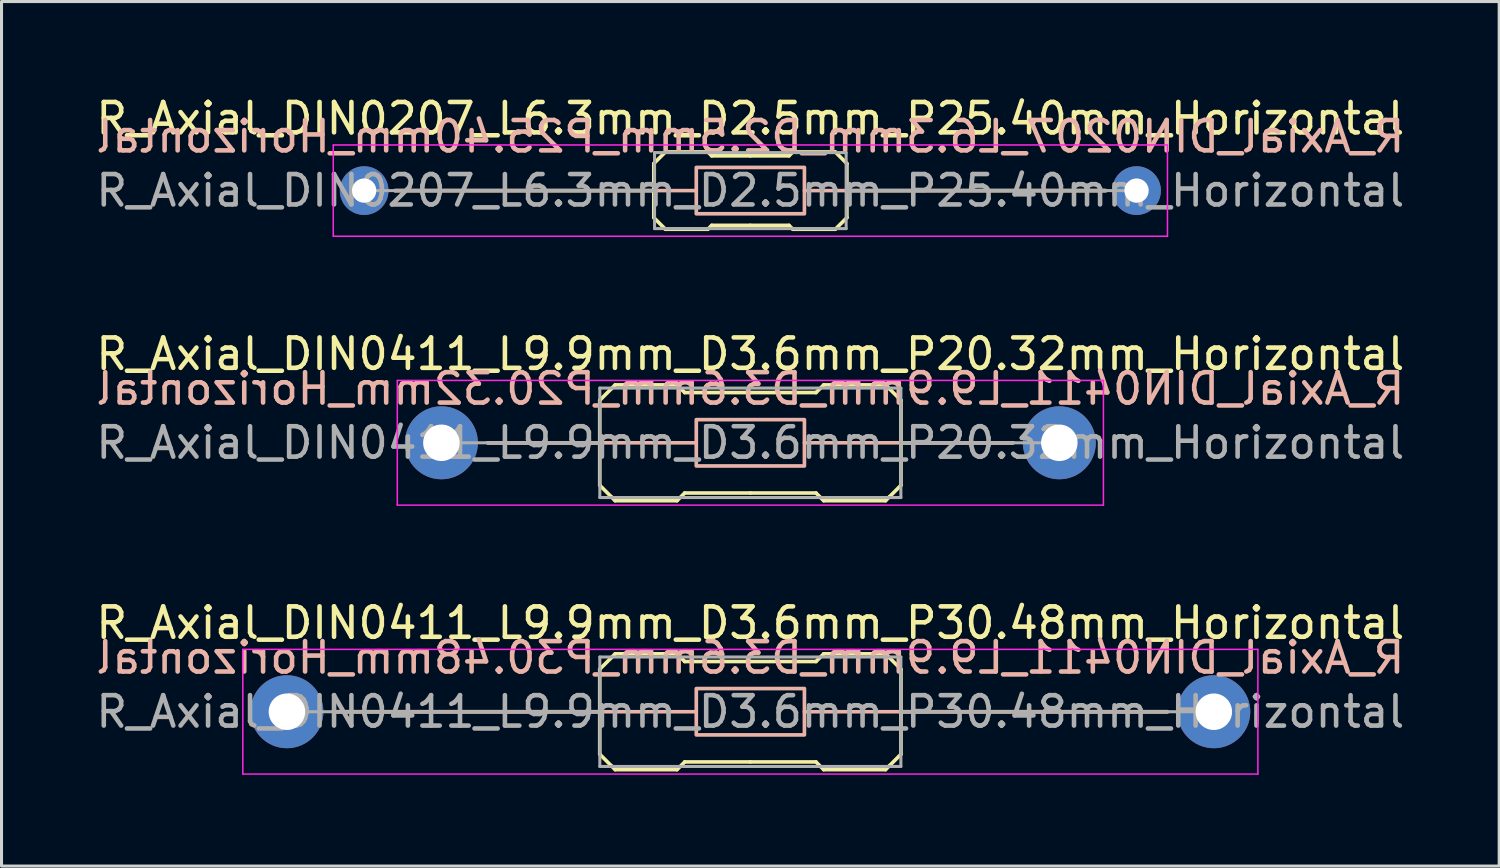
<source format=kicad_pcb>
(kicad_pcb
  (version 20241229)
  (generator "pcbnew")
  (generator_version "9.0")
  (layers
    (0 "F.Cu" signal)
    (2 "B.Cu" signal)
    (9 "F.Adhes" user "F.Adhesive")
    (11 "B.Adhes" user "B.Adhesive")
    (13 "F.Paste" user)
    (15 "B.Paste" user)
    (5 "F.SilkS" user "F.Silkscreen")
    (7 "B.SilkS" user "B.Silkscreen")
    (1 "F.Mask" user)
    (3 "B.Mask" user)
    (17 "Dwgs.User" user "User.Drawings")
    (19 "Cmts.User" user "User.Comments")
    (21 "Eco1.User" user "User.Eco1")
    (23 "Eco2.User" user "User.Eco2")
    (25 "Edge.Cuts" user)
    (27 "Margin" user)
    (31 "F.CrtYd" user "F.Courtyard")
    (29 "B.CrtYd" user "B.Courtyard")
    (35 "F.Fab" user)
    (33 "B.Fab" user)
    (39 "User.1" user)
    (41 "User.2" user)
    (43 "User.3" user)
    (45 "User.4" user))
  (footprint "R_Axial_DIN0411_L9.9mm_D3.6mm_P20.32mm_Horizontal"
    (layer "F.Cu")
    (at 11.465 11.511)
    (property "Reference" "R_Axial_DIN0411_L9.9mm_D3.6mm_P20.32mm_Horizontal" (at 10.16 -2.92 0) (layer "F.SilkS") (effects (font (size 1 1) (thickness 0.15))))
    (fp_line (start 5.207 -1.397) (end 5.588 -1.778) (stroke (width 0.12) (type solid)) (layer "F.SilkS"))
    (fp_line (start 5.207 0) (end 1.524 0) (stroke (width 0.12) (type solid)) (layer "F.SilkS"))
    (fp_line (start 5.207 1.397) (end 5.207 -1.397) (stroke (width 0.12) (type solid)) (layer "F.SilkS"))
    (fp_line (start 5.207 1.397) (end 5.588 1.778) (stroke (width 0.12) (type solid)) (layer "F.SilkS"))
    (fp_line (start 5.588 -1.778) (end 5.715 -1.905) (stroke (width 0.12) (type solid)) (layer "F.SilkS"))
    (fp_line (start 5.588 1.778) (end 5.715 1.905) (stroke (width 0.12) (type solid)) (layer "F.SilkS"))
    (fp_line (start 5.715 -1.905) (end 7.747 -1.905) (stroke (width 0.12) (type solid)) (layer "F.SilkS"))
    (fp_line (start 5.715 1.905) (end 7.747 1.905) (stroke (width 0.12) (type solid)) (layer "F.SilkS"))
    (fp_line (start 7.747 -1.905) (end 8.001 -1.651) (stroke (width 0.12) (type solid)) (layer "F.SilkS"))
    (fp_line (start 7.747 1.905) (end 8.001 1.651) (stroke (width 0.12) (type solid)) (layer "F.SilkS"))
    (fp_line (start 8.001 -1.651) (end 10.16 -1.651) (stroke (width 0.12) (type solid)) (layer "F.SilkS"))
    (fp_line (start 8.001 1.651) (end 10.16 1.651) (stroke (width 0.12) (type solid)) (layer "F.SilkS"))
    (fp_line (start 12.319 -1.651) (end 10.16 -1.651) (stroke (width 0.12) (type solid)) (layer "F.SilkS"))
    (fp_line (start 12.319 1.651) (end 10.16 1.651) (stroke (width 0.12) (type solid)) (layer "F.SilkS"))
    (fp_line (start 12.573 -1.905) (end 12.319 -1.651) (stroke (width 0.12) (type solid)) (layer "F.SilkS"))
    (fp_line (start 12.573 1.905) (end 12.319 1.651) (stroke (width 0.12) (type solid)) (layer "F.SilkS"))
    (fp_line (start 14.605 -1.905) (end 12.573 -1.905) (stroke (width 0.12) (type solid)) (layer "F.SilkS"))
    (fp_line (start 14.605 1.905) (end 12.573 1.905) (stroke (width 0.12) (type solid)) (layer "F.SilkS"))
    (fp_line (start 14.732 -1.778) (end 14.605 -1.905) (stroke (width 0.12) (type solid)) (layer "F.SilkS"))
    (fp_line (start 14.732 1.778) (end 14.605 1.905) (stroke (width 0.12) (type solid)) (layer "F.SilkS"))
    (fp_line (start 15.113 -1.397) (end 14.732 -1.778) (stroke (width 0.12) (type solid)) (layer "F.SilkS"))
    (fp_line (start 15.113 0) (end 18.796 0) (stroke (width 0.12) (type solid)) (layer "F.SilkS"))
    (fp_line (start 15.113 1.397) (end 14.732 1.778) (stroke (width 0.12) (type solid)) (layer "F.SilkS"))
    (fp_line (start 15.113 1.397) (end 15.113 -1.397) (stroke (width 0.12) (type solid)) (layer "F.SilkS"))
    (fp_line (start 8.382 0) (end 1.524 0) (stroke (width 0.12) (type solid)) (layer "B.SilkS"))
    (fp_line (start 11.938 0) (end 18.796 0) (stroke (width 0.12) (type solid)) (layer "B.SilkS"))
    (fp_rect (start 8.382 -0.762) (end 11.938 0.762) (stroke (width 0.12) (type solid)) (fill no) (layer "B.SilkS"))
    (fp_line (start -1.45 -2.05) (end -1.45 2.05) (stroke (width 0.05) (type solid)) (layer "F.CrtYd"))
    (fp_line (start -1.45 2.05) (end 21.77 2.05) (stroke (width 0.05) (type solid)) (layer "F.CrtYd"))
    (fp_line (start 21.77 -2.05) (end -1.45 -2.05) (stroke (width 0.05) (type solid)) (layer "F.CrtYd"))
    (fp_line (start 21.77 2.05) (end 21.77 -2.05) (stroke (width 0.05) (type solid)) (layer "F.CrtYd"))
    (fp_line (start 0 0) (end 5.21 0) (stroke (width 0.1) (type solid)) (layer "F.Fab"))
    (fp_line (start 5.21 -1.8) (end 5.21 1.8) (stroke (width 0.1) (type solid)) (layer "F.Fab"))
    (fp_line (start 5.21 1.8) (end 15.11 1.8) (stroke (width 0.1) (type solid)) (layer "F.Fab"))
    (fp_line (start 15.11 -1.8) (end 5.21 -1.8) (stroke (width 0.1) (type solid)) (layer "F.Fab"))
    (fp_line (start 15.11 1.8) (end 15.11 -1.8) (stroke (width 0.1) (type solid)) (layer "F.Fab"))
    (fp_line (start 20.32 0) (end 15.11 0) (stroke (width 0.1) (type solid)) (layer "F.Fab"))
    (fp_text user "${REFERENCE}" (at 10.16 -1.778 0) (layer "B.SilkS") (effects (font (size 1 1) (thickness 0.15)) (justify mirror)))
    (fp_text user "${REFERENCE}" (at 10.16 0 0) (layer "F.Fab") (effects (font (size 1 1) (thickness 0.15))))
    (pad "1" thru_hole circle (at 0 0) (size 2.4 2.4) (drill 1.2) (layers "*.Cu" "*.Mask"))
    (pad "2" thru_hole oval (at 20.32 0) (size 2.4 2.4) (drill 1.2) (layers "*.Cu" "*.Mask")))
  (footprint "R_Axial_DIN0411_L9.9mm_D3.6mm_P30.48mm_Horizontal"
    (layer "F.Cu")
    (at 6.385 20.355)
    (property "Reference" "R_Axial_DIN0411_L9.9mm_D3.6mm_P30.48mm_Horizontal" (at 15.24 -2.92 0) (layer "F.SilkS") (effects (font (size 1 1) (thickness 0.15))))
    (fp_line (start 10.287 -1.397) (end 10.668 -1.778) (stroke (width 0.12) (type solid)) (layer "F.SilkS"))
    (fp_line (start 10.287 0) (end 1.524 0) (stroke (width 0.12) (type solid)) (layer "F.SilkS"))
    (fp_line (start 10.287 1.397) (end 10.287 -1.397) (stroke (width 0.12) (type solid)) (layer "F.SilkS"))
    (fp_line (start 10.287 1.397) (end 10.668 1.778) (stroke (width 0.12) (type solid)) (layer "F.SilkS"))
    (fp_line (start 10.668 -1.778) (end 10.795 -1.905) (stroke (width 0.12) (type solid)) (layer "F.SilkS"))
    (fp_line (start 10.668 1.778) (end 10.795 1.905) (stroke (width 0.12) (type solid)) (layer "F.SilkS"))
    (fp_line (start 10.795 -1.905) (end 12.827 -1.905) (stroke (width 0.12) (type solid)) (layer "F.SilkS"))
    (fp_line (start 10.795 1.905) (end 12.827 1.905) (stroke (width 0.12) (type solid)) (layer "F.SilkS"))
    (fp_line (start 12.827 -1.905) (end 13.081 -1.651) (stroke (width 0.12) (type solid)) (layer "F.SilkS"))
    (fp_line (start 12.827 1.905) (end 13.081 1.651) (stroke (width 0.12) (type solid)) (layer "F.SilkS"))
    (fp_line (start 13.081 -1.651) (end 15.24 -1.651) (stroke (width 0.12) (type solid)) (layer "F.SilkS"))
    (fp_line (start 13.081 1.651) (end 15.24 1.651) (stroke (width 0.12) (type solid)) (layer "F.SilkS"))
    (fp_line (start 17.399 -1.651) (end 15.24 -1.651) (stroke (width 0.12) (type solid)) (layer "F.SilkS"))
    (fp_line (start 17.399 1.651) (end 15.24 1.651) (stroke (width 0.12) (type solid)) (layer "F.SilkS"))
    (fp_line (start 17.653 -1.905) (end 17.399 -1.651) (stroke (width 0.12) (type solid)) (layer "F.SilkS"))
    (fp_line (start 17.653 1.905) (end 17.399 1.651) (stroke (width 0.12) (type solid)) (layer "F.SilkS"))
    (fp_line (start 19.685 -1.905) (end 17.653 -1.905) (stroke (width 0.12) (type solid)) (layer "F.SilkS"))
    (fp_line (start 19.685 1.905) (end 17.653 1.905) (stroke (width 0.12) (type solid)) (layer "F.SilkS"))
    (fp_line (start 19.812 -1.778) (end 19.685 -1.905) (stroke (width 0.12) (type solid)) (layer "F.SilkS"))
    (fp_line (start 19.812 1.778) (end 19.685 1.905) (stroke (width 0.12) (type solid)) (layer "F.SilkS"))
    (fp_line (start 20.193 -1.397) (end 19.812 -1.778) (stroke (width 0.12) (type solid)) (layer "F.SilkS"))
    (fp_line (start 20.193 0) (end 28.956 0) (stroke (width 0.12) (type solid)) (layer "F.SilkS"))
    (fp_line (start 20.193 1.397) (end 19.812 1.778) (stroke (width 0.12) (type solid)) (layer "F.SilkS"))
    (fp_line (start 20.193 1.397) (end 20.193 -1.397) (stroke (width 0.12) (type solid)) (layer "F.SilkS"))
    (fp_line (start 13.462 0) (end 1.524 0) (stroke (width 0.12) (type solid)) (layer "B.SilkS"))
    (fp_line (start 17.018 0) (end 28.956 0) (stroke (width 0.12) (type solid)) (layer "B.SilkS"))
    (fp_rect (start 13.462 -0.762) (end 17.018 0.762) (stroke (width 0.12) (type solid)) (fill no) (layer "B.SilkS"))
    (fp_line (start -1.45 -2.05) (end -1.45 2.05) (stroke (width 0.05) (type solid)) (layer "F.CrtYd"))
    (fp_line (start -1.45 2.05) (end 31.93 2.05) (stroke (width 0.05) (type solid)) (layer "F.CrtYd"))
    (fp_line (start 31.93 -2.05) (end -1.45 -2.05) (stroke (width 0.05) (type solid)) (layer "F.CrtYd"))
    (fp_line (start 31.93 2.05) (end 31.93 -2.05) (stroke (width 0.05) (type solid)) (layer "F.CrtYd"))
    (fp_line (start 0 0) (end 10.29 0) (stroke (width 0.1) (type solid)) (layer "F.Fab"))
    (fp_line (start 10.29 -1.8) (end 10.29 1.8) (stroke (width 0.1) (type solid)) (layer "F.Fab"))
    (fp_line (start 10.29 1.8) (end 20.19 1.8) (stroke (width 0.1) (type solid)) (layer "F.Fab"))
    (fp_line (start 20.19 -1.8) (end 10.29 -1.8) (stroke (width 0.1) (type solid)) (layer "F.Fab"))
    (fp_line (start 20.19 1.8) (end 20.19 -1.8) (stroke (width 0.1) (type solid)) (layer "F.Fab"))
    (fp_line (start 30.48 0) (end 20.19 0) (stroke (width 0.1) (type solid)) (layer "F.Fab"))
    (fp_text user "${REFERENCE}" (at 15.24 -1.778 0) (layer "B.SilkS") (effects (font (size 1 1) (thickness 0.15)) (justify mirror)))
    (fp_text user "${REFERENCE}" (at 15.24 0 0) (layer "F.Fab") (effects (font (size 1 1) (thickness 0.15))))
    (pad "1" thru_hole circle (at 0 0) (size 2.4 2.4) (drill 1.2) (layers "*.Cu" "*.Mask"))
    (pad "2" thru_hole oval (at 30.48 0) (size 2.4 2.4) (drill 1.2) (layers "*.Cu" "*.Mask")))
  (footprint "R_Axial_DIN0207_L6.3mm_D2.5mm_P25.40mm_Horizontal"
    (layer "F.Cu")
    (at 11.465 3.218)
    (property "Reference" "R_Axial_DIN0207_L6.3mm_D2.5mm_P25.40mm_Horizontal" (at 10.16 -2.37 0) (layer "F.SilkS") (effects (font (size 1 1) (thickness 0.15))))
    (fp_line (start 6.985 -0.889) (end 6.985 0.889) (stroke (width 0.12) (type solid)) (layer "F.SilkS"))
    (fp_line (start 6.985 -0.889) (end 7.366 -1.27) (stroke (width 0.12) (type solid)) (layer "F.SilkS"))
    (fp_line (start 6.985 0) (end -1.524 0) (stroke (width 0.12) (type solid)) (layer "F.SilkS"))
    (fp_line (start 6.985 0.889) (end 7.366 1.27) (stroke (width 0.12) (type solid)) (layer "F.SilkS"))
    (fp_line (start 7.366 -1.27) (end 8.763 -1.27) (stroke (width 0.12) (type solid)) (layer "F.SilkS"))
    (fp_line (start 7.366 1.27) (end 8.763 1.27) (stroke (width 0.12) (type solid)) (layer "F.SilkS"))
    (fp_line (start 8.763 -1.27) (end 8.89 -1.143) (stroke (width 0.12) (type solid)) (layer "F.SilkS"))
    (fp_line (start 8.763 1.27) (end 8.89 1.143) (stroke (width 0.12) (type solid)) (layer "F.SilkS"))
    (fp_line (start 8.89 -1.143) (end 10.16 -1.143) (stroke (width 0.12) (type solid)) (layer "F.SilkS"))
    (fp_line (start 8.89 1.143) (end 10.16 1.143) (stroke (width 0.12) (type solid)) (layer "F.SilkS"))
    (fp_line (start 11.43 -1.143) (end 10.16 -1.143) (stroke (width 0.12) (type solid)) (layer "F.SilkS"))
    (fp_line (start 11.43 1.143) (end 10.16 1.143) (stroke (width 0.12) (type solid)) (layer "F.SilkS"))
    (fp_line (start 11.557 -1.27) (end 11.43 -1.143) (stroke (width 0.12) (type solid)) (layer "F.SilkS"))
    (fp_line (start 11.557 1.27) (end 11.43 1.143) (stroke (width 0.12) (type solid)) (layer "F.SilkS"))
    (fp_line (start 12.954 -1.27) (end 11.557 -1.27) (stroke (width 0.12) (type solid)) (layer "F.SilkS"))
    (fp_line (start 12.954 1.27) (end 11.557 1.27) (stroke (width 0.12) (type solid)) (layer "F.SilkS"))
    (fp_line (start 13.335 -0.889) (end 12.954 -1.27) (stroke (width 0.12) (type solid)) (layer "F.SilkS"))
    (fp_line (start 13.335 -0.889) (end 13.335 0.889) (stroke (width 0.12) (type solid)) (layer "F.SilkS"))
    (fp_line (start 13.335 0) (end 21.844 0) (stroke (width 0.12) (type solid)) (layer "F.SilkS"))
    (fp_line (start 13.335 0.889) (end 12.954 1.27) (stroke (width 0.12) (type solid)) (layer "F.SilkS"))
    (fp_line (start 8.382 0) (end -1.524 0) (stroke (width 0.12) (type solid)) (layer "B.SilkS"))
    (fp_line (start 11.938 0) (end 21.844 0) (stroke (width 0.12) (type solid)) (layer "B.SilkS"))
    (fp_rect (start 8.382 -0.762) (end 11.938 0.762) (stroke (width 0.12) (type solid)) (fill no) (layer "B.SilkS"))
    (fp_line (start -3.556 -1.5) (end -3.556 1.5) (stroke (width 0.05) (type solid)) (layer "F.CrtYd"))
    (fp_line (start -3.556 1.5) (end 23.876 1.5) (stroke (width 0.05) (type solid)) (layer "F.CrtYd"))
    (fp_line (start 23.876 -1.5) (end -3.556 -1.5) (stroke (width 0.05) (type solid)) (layer "F.CrtYd"))
    (fp_line (start 23.876 1.5) (end 23.876 -1.5) (stroke (width 0.05) (type solid)) (layer "F.CrtYd"))
    (fp_line (start -2.54 0) (end 7.01 0) (stroke (width 0.1) (type solid)) (layer "F.Fab"))
    (fp_line (start 7.01 -1.25) (end 7.01 1.25) (stroke (width 0.1) (type solid)) (layer "F.Fab"))
    (fp_line (start 7.01 1.25) (end 13.31 1.25) (stroke (width 0.1) (type solid)) (layer "F.Fab"))
    (fp_line (start 13.31 -1.25) (end 7.01 -1.25) (stroke (width 0.1) (type solid)) (layer "F.Fab"))
    (fp_line (start 13.31 1.25) (end 13.31 -1.25) (stroke (width 0.1) (type solid)) (layer "F.Fab"))
    (fp_line (start 22.86 0) (end 13.31 0) (stroke (width 0.1) (type solid)) (layer "F.Fab"))
    (fp_text user "${REFERENCE}" (at 10.16 -1.778 0) (layer "B.SilkS") (effects (font (size 1 1) (thickness 0.15)) (justify mirror)))
    (fp_text user "${REFERENCE}" (at 10.16 0 0) (layer "F.Fab") (effects (font (size 1 1) (thickness 0.15))))
    (pad "1" thru_hole circle (at -2.54 0) (size 1.6 1.6) (drill 0.8) (layers "*.Cu" "*.Mask"))
    (pad "2" thru_hole oval (at 22.86 0) (size 1.6 1.6) (drill 0.8) (layers "*.Cu" "*.Mask")))
  (gr_rect
    (start -3 -3)
    (end 46.25 25.43)
    (stroke (width 0.1) (type default))
    (fill no)
    (layer "Edge.Cuts")))
</source>
